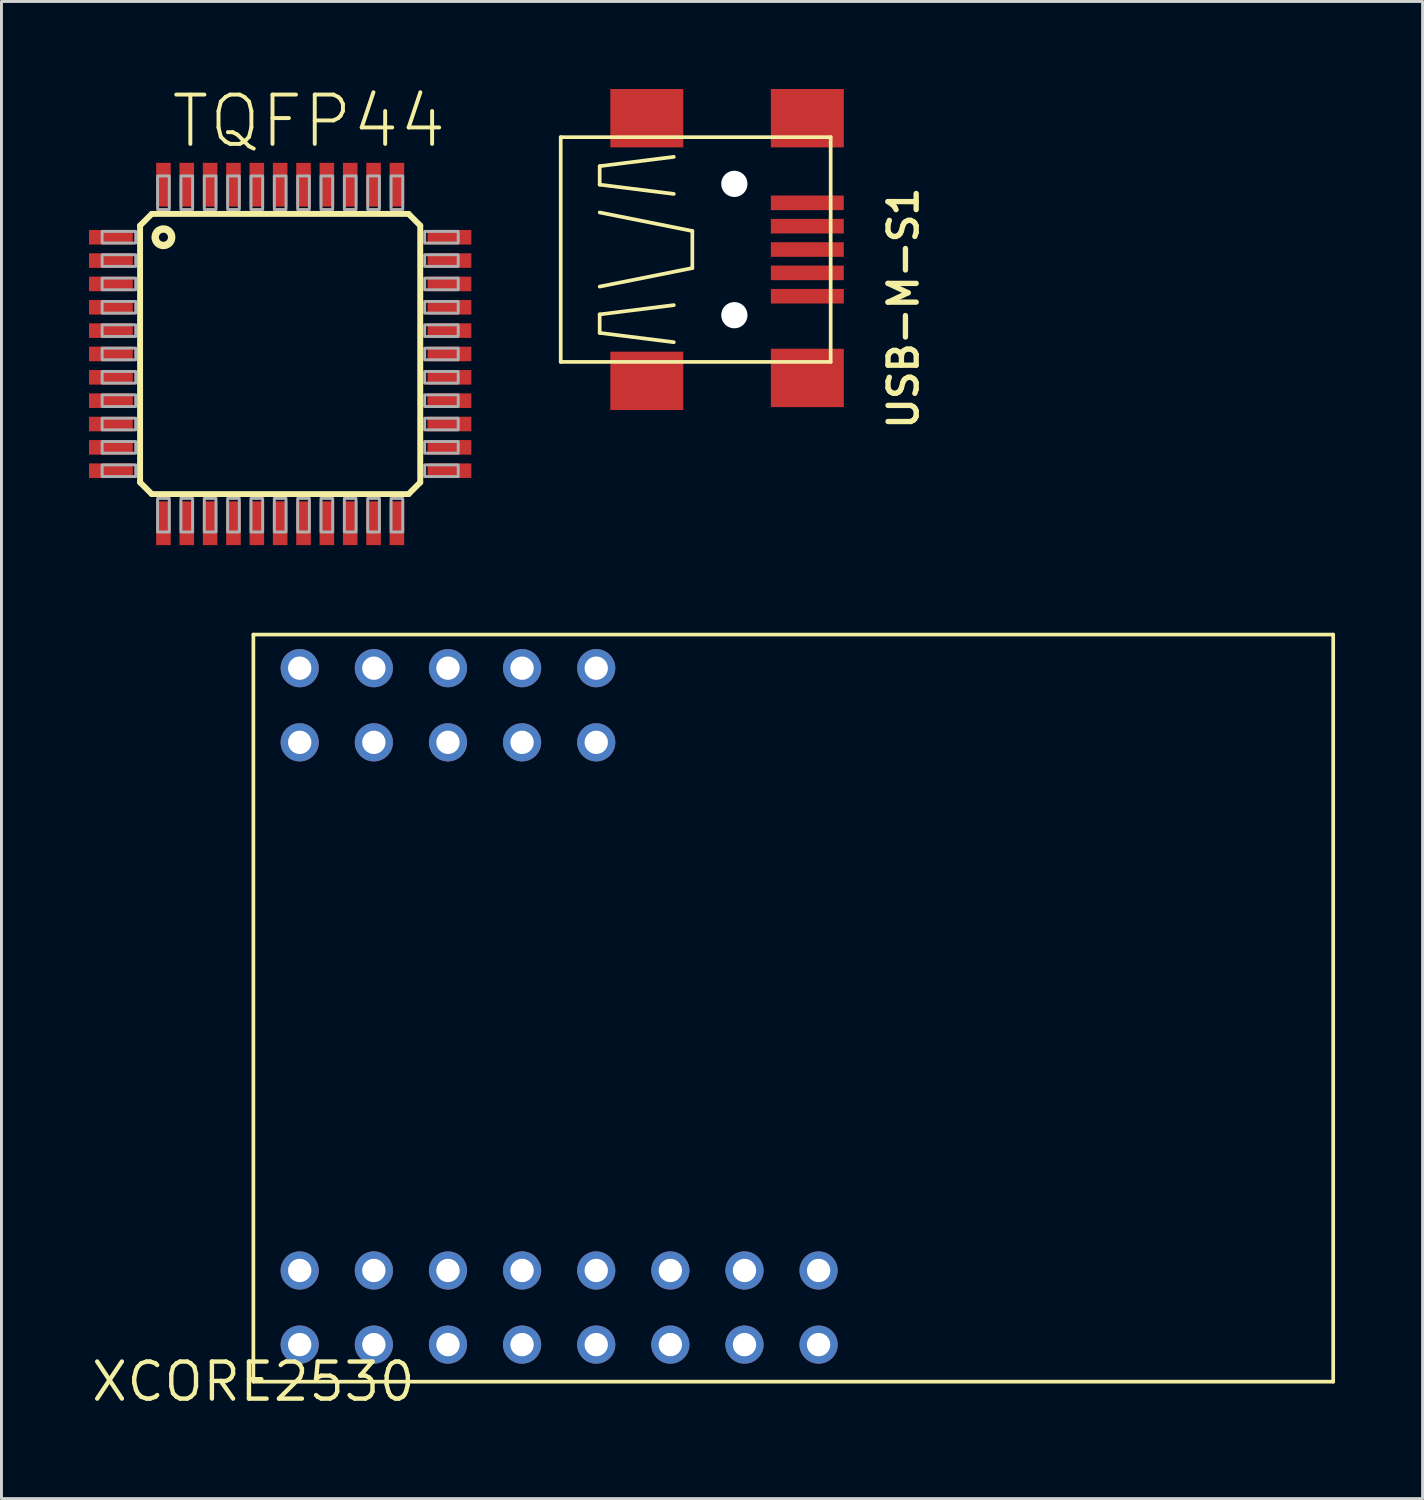
<source format=kicad_pcb>
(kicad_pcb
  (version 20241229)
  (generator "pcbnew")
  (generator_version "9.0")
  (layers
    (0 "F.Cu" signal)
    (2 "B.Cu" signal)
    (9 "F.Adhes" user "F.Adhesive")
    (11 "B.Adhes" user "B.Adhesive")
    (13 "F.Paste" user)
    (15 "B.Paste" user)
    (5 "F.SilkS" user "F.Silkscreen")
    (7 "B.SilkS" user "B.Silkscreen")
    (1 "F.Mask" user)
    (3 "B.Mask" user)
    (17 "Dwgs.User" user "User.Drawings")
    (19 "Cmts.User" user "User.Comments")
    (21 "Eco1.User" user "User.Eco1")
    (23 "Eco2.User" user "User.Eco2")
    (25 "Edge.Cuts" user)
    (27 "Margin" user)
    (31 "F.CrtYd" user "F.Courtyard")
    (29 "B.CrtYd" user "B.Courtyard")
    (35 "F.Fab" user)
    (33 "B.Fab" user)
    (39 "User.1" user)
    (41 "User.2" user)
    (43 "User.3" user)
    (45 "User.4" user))
  (footprint "TQFP44"
    (layer "F.Cu")
    (at 6.55 9.079)
    (property "Reference" "TQFP44" (at -3.81 -6.985 0) (layer "F.SilkS") (effects (font (size 1.689 1.689) (thickness 0.135)) (justify left bottom)))
    (attr through_hole)
    (fp_line (start -4.8 -4.4) (end -4.4 -4.8) (stroke (width 0.203) (type solid)) (layer "F.SilkS"))
    (fp_line (start -4.8 4.4) (end -4.8 -4.4) (stroke (width 0.203) (type solid)) (layer "F.SilkS"))
    (fp_line (start -4.4 -4.8) (end 4.4 -4.8) (stroke (width 0.203) (type solid)) (layer "F.SilkS"))
    (fp_line (start -4.4 4.8) (end -4.8 4.4) (stroke (width 0.203) (type solid)) (layer "F.SilkS"))
    (fp_line (start 4.4 -4.8) (end 4.8 -4.4) (stroke (width 0.203) (type solid)) (layer "F.SilkS"))
    (fp_line (start 4.4 4.8) (end -4.4 4.8) (stroke (width 0.203) (type solid)) (layer "F.SilkS"))
    (fp_line (start 4.8 -4.4) (end 4.8 4.4) (stroke (width 0.203) (type solid)) (layer "F.SilkS"))
    (fp_line (start 4.8 4.4) (end 4.4 4.8) (stroke (width 0.203) (type solid)) (layer "F.SilkS"))
    (fp_circle (center -4 -4) (end -3.717 -4) (stroke (width 0.254) (type solid)) (fill no) (layer "F.SilkS"))
    (fp_poly (pts (xy -6.1 -3.8) (xy -4.95 -3.8) (xy -4.95 -4.2) (xy -6.1 -4.2)) (stroke (width 0.1) (type solid)) (fill no) (layer "F.Fab"))
    (fp_poly (pts (xy -6.1 -3) (xy -4.95 -3) (xy -4.95 -3.4) (xy -6.1 -3.4)) (stroke (width 0.1) (type solid)) (fill no) (layer "F.Fab"))
    (fp_poly (pts (xy -6.1 -2.2) (xy -4.95 -2.2) (xy -4.95 -2.6) (xy -6.1 -2.6)) (stroke (width 0.1) (type solid)) (fill no) (layer "F.Fab"))
    (fp_poly (pts (xy -6.1 -1.4) (xy -4.95 -1.4) (xy -4.95 -1.8) (xy -6.1 -1.8)) (stroke (width 0.1) (type solid)) (fill no) (layer "F.Fab"))
    (fp_poly (pts (xy -6.1 -0.6) (xy -4.95 -0.6) (xy -4.95 -1) (xy -6.1 -1)) (stroke (width 0.1) (type solid)) (fill no) (layer "F.Fab"))
    (fp_poly (pts (xy -6.1 0.2) (xy -4.95 0.2) (xy -4.95 -0.2) (xy -6.1 -0.2)) (stroke (width 0.1) (type solid)) (fill no) (layer "F.Fab"))
    (fp_poly (pts (xy -6.1 1) (xy -4.95 1) (xy -4.95 0.6) (xy -6.1 0.6)) (stroke (width 0.1) (type solid)) (fill no) (layer "F.Fab"))
    (fp_poly (pts (xy -6.1 1.8) (xy -4.95 1.8) (xy -4.95 1.4) (xy -6.1 1.4)) (stroke (width 0.1) (type solid)) (fill no) (layer "F.Fab"))
    (fp_poly (pts (xy -6.1 2.6) (xy -4.95 2.6) (xy -4.95 2.2) (xy -6.1 2.2)) (stroke (width 0.1) (type solid)) (fill no) (layer "F.Fab"))
    (fp_poly (pts (xy -6.1 3.4) (xy -4.95 3.4) (xy -4.95 3) (xy -6.1 3)) (stroke (width 0.1) (type solid)) (fill no) (layer "F.Fab"))
    (fp_poly (pts (xy -6.1 4.2) (xy -4.95 4.2) (xy -4.95 3.8) (xy -6.1 3.8)) (stroke (width 0.1) (type solid)) (fill no) (layer "F.Fab"))
    (fp_poly (pts (xy -4.2 -4.95) (xy -3.8 -4.95) (xy -3.8 -6.1) (xy -4.2 -6.1)) (stroke (width 0.1) (type solid)) (fill no) (layer "F.Fab"))
    (fp_poly (pts (xy -4.2 6.1) (xy -3.8 6.1) (xy -3.8 4.95) (xy -4.2 4.95)) (stroke (width 0.1) (type solid)) (fill no) (layer "F.Fab"))
    (fp_poly (pts (xy -3.4 -4.95) (xy -3 -4.95) (xy -3 -6.1) (xy -3.4 -6.1)) (stroke (width 0.1) (type solid)) (fill no) (layer "F.Fab"))
    (fp_poly (pts (xy -3.4 6.1) (xy -3 6.1) (xy -3 4.95) (xy -3.4 4.95)) (stroke (width 0.1) (type solid)) (fill no) (layer "F.Fab"))
    (fp_poly (pts (xy -2.6 -4.95) (xy -2.2 -4.95) (xy -2.2 -6.1) (xy -2.6 -6.1)) (stroke (width 0.1) (type solid)) (fill no) (layer "F.Fab"))
    (fp_poly (pts (xy -2.6 6.1) (xy -2.2 6.1) (xy -2.2 4.95) (xy -2.6 4.95)) (stroke (width 0.1) (type solid)) (fill no) (layer "F.Fab"))
    (fp_poly (pts (xy -1.8 -4.95) (xy -1.4 -4.95) (xy -1.4 -6.1) (xy -1.8 -6.1)) (stroke (width 0.1) (type solid)) (fill no) (layer "F.Fab"))
    (fp_poly (pts (xy -1.8 6.1) (xy -1.4 6.1) (xy -1.4 4.95) (xy -1.8 4.95)) (stroke (width 0.1) (type solid)) (fill no) (layer "F.Fab"))
    (fp_poly (pts (xy -1 -4.95) (xy -0.6 -4.95) (xy -0.6 -6.1) (xy -1 -6.1)) (stroke (width 0.1) (type solid)) (fill no) (layer "F.Fab"))
    (fp_poly (pts (xy -1 6.1) (xy -0.6 6.1) (xy -0.6 4.95) (xy -1 4.95)) (stroke (width 0.1) (type solid)) (fill no) (layer "F.Fab"))
    (fp_poly (pts (xy -0.2 -4.95) (xy 0.2 -4.95) (xy 0.2 -6.1) (xy -0.2 -6.1)) (stroke (width 0.1) (type solid)) (fill no) (layer "F.Fab"))
    (fp_poly (pts (xy -0.2 6.1) (xy 0.2 6.1) (xy 0.2 4.95) (xy -0.2 4.95)) (stroke (width 0.1) (type solid)) (fill no) (layer "F.Fab"))
    (fp_poly (pts (xy 0.6 -4.95) (xy 1 -4.95) (xy 1 -6.1) (xy 0.6 -6.1)) (stroke (width 0.1) (type solid)) (fill no) (layer "F.Fab"))
    (fp_poly (pts (xy 0.6 6.1) (xy 1 6.1) (xy 1 4.95) (xy 0.6 4.95)) (stroke (width 0.1) (type solid)) (fill no) (layer "F.Fab"))
    (fp_poly (pts (xy 1.4 -4.95) (xy 1.8 -4.95) (xy 1.8 -6.1) (xy 1.4 -6.1)) (stroke (width 0.1) (type solid)) (fill no) (layer "F.Fab"))
    (fp_poly (pts (xy 1.4 6.1) (xy 1.8 6.1) (xy 1.8 4.95) (xy 1.4 4.95)) (stroke (width 0.1) (type solid)) (fill no) (layer "F.Fab"))
    (fp_poly (pts (xy 2.2 -4.95) (xy 2.6 -4.95) (xy 2.6 -6.1) (xy 2.2 -6.1)) (stroke (width 0.1) (type solid)) (fill no) (layer "F.Fab"))
    (fp_poly (pts (xy 2.2 6.1) (xy 2.6 6.1) (xy 2.6 4.95) (xy 2.2 4.95)) (stroke (width 0.1) (type solid)) (fill no) (layer "F.Fab"))
    (fp_poly (pts (xy 3 -4.95) (xy 3.4 -4.95) (xy 3.4 -6.1) (xy 3 -6.1)) (stroke (width 0.1) (type solid)) (fill no) (layer "F.Fab"))
    (fp_poly (pts (xy 3 6.1) (xy 3.4 6.1) (xy 3.4 4.95) (xy 3 4.95)) (stroke (width 0.1) (type solid)) (fill no) (layer "F.Fab"))
    (fp_poly (pts (xy 3.8 -4.95) (xy 4.2 -4.95) (xy 4.2 -6.1) (xy 3.8 -6.1)) (stroke (width 0.1) (type solid)) (fill no) (layer "F.Fab"))
    (fp_poly (pts (xy 3.8 6.1) (xy 4.2 6.1) (xy 4.2 4.95) (xy 3.8 4.95)) (stroke (width 0.1) (type solid)) (fill no) (layer "F.Fab"))
    (fp_poly (pts (xy 4.95 -3.8) (xy 6.1 -3.8) (xy 6.1 -4.2) (xy 4.95 -4.2)) (stroke (width 0.1) (type solid)) (fill no) (layer "F.Fab"))
    (fp_poly (pts (xy 4.95 -3) (xy 6.1 -3) (xy 6.1 -3.4) (xy 4.95 -3.4)) (stroke (width 0.1) (type solid)) (fill no) (layer "F.Fab"))
    (fp_poly (pts (xy 4.95 -2.2) (xy 6.1 -2.2) (xy 6.1 -2.6) (xy 4.95 -2.6)) (stroke (width 0.1) (type solid)) (fill no) (layer "F.Fab"))
    (fp_poly (pts (xy 4.95 -1.4) (xy 6.1 -1.4) (xy 6.1 -1.8) (xy 4.95 -1.8)) (stroke (width 0.1) (type solid)) (fill no) (layer "F.Fab"))
    (fp_poly (pts (xy 4.95 -0.6) (xy 6.1 -0.6) (xy 6.1 -1) (xy 4.95 -1)) (stroke (width 0.1) (type solid)) (fill no) (layer "F.Fab"))
    (fp_poly (pts (xy 4.95 0.2) (xy 6.1 0.2) (xy 6.1 -0.2) (xy 4.95 -0.2)) (stroke (width 0.1) (type solid)) (fill no) (layer "F.Fab"))
    (fp_poly (pts (xy 4.95 1) (xy 6.1 1) (xy 6.1 0.6) (xy 4.95 0.6)) (stroke (width 0.1) (type solid)) (fill no) (layer "F.Fab"))
    (fp_poly (pts (xy 4.95 1.8) (xy 6.1 1.8) (xy 6.1 1.4) (xy 4.95 1.4)) (stroke (width 0.1) (type solid)) (fill no) (layer "F.Fab"))
    (fp_poly (pts (xy 4.95 2.6) (xy 6.1 2.6) (xy 6.1 2.2) (xy 4.95 2.2)) (stroke (width 0.1) (type solid)) (fill no) (layer "F.Fab"))
    (fp_poly (pts (xy 4.95 3.4) (xy 6.1 3.4) (xy 6.1 3) (xy 4.95 3)) (stroke (width 0.1) (type solid)) (fill no) (layer "F.Fab"))
    (fp_poly (pts (xy 4.95 4.2) (xy 6.1 4.2) (xy 6.1 3.8) (xy 4.95 3.8)) (stroke (width 0.1) (type solid)) (fill no) (layer "F.Fab"))
    (pad "1" smd rect (at -5.8 -4) (size 1.5 0.5) (layers "F.Cu" "F.Mask" "F.Paste"))
    (pad "2" smd rect (at -5.8 -3.2) (size 1.5 0.5) (layers "F.Cu" "F.Mask" "F.Paste"))
    (pad "3" smd rect (at -5.8 -2.4) (size 1.5 0.5) (layers "F.Cu" "F.Mask" "F.Paste"))
    (pad "4" smd rect (at -5.8 -1.6) (size 1.5 0.5) (layers "F.Cu" "F.Mask" "F.Paste"))
    (pad "5" smd rect (at -5.8 -0.8) (size 1.5 0.5) (layers "F.Cu" "F.Mask" "F.Paste"))
    (pad "6" smd rect (at -5.8 0) (size 1.5 0.5) (layers "F.Cu" "F.Mask" "F.Paste"))
    (pad "7" smd rect (at -5.8 0.8) (size 1.5 0.5) (layers "F.Cu" "F.Mask" "F.Paste"))
    (pad "8" smd rect (at -5.8 1.6) (size 1.5 0.5) (layers "F.Cu" "F.Mask" "F.Paste"))
    (pad "9" smd rect (at -5.8 2.4) (size 1.5 0.5) (layers "F.Cu" "F.Mask" "F.Paste"))
    (pad "10" smd rect (at -5.8 3.2) (size 1.5 0.5) (layers "F.Cu" "F.Mask" "F.Paste"))
    (pad "11" smd rect (at -5.8 4) (size 1.5 0.5) (layers "F.Cu" "F.Mask" "F.Paste"))
    (pad "12" smd rect (at -4 5.8) (size 0.5 1.5) (layers "F.Cu" "F.Mask" "F.Paste"))
    (pad "13" smd rect (at -3.2 5.8) (size 0.5 1.5) (layers "F.Cu" "F.Mask" "F.Paste"))
    (pad "14" smd rect (at -2.4 5.8) (size 0.5 1.5) (layers "F.Cu" "F.Mask" "F.Paste"))
    (pad "15" smd rect (at -1.6 5.8) (size 0.5 1.5) (layers "F.Cu" "F.Mask" "F.Paste"))
    (pad "16" smd rect (at -0.8 5.8) (size 0.5 1.5) (layers "F.Cu" "F.Mask" "F.Paste"))
    (pad "17" smd rect (at 0 5.8) (size 0.5 1.5) (layers "F.Cu" "F.Mask" "F.Paste"))
    (pad "18" smd rect (at 0.8 5.8) (size 0.5 1.5) (layers "F.Cu" "F.Mask" "F.Paste"))
    (pad "19" smd rect (at 1.6 5.8) (size 0.5 1.5) (layers "F.Cu" "F.Mask" "F.Paste"))
    (pad "20" smd rect (at 2.4 5.8) (size 0.5 1.5) (layers "F.Cu" "F.Mask" "F.Paste"))
    (pad "21" smd rect (at 3.2 5.8) (size 0.5 1.5) (layers "F.Cu" "F.Mask" "F.Paste"))
    (pad "22" smd rect (at 4 5.8) (size 0.5 1.5) (layers "F.Cu" "F.Mask" "F.Paste"))
    (pad "23" smd rect (at 5.8 4) (size 1.5 0.5) (layers "F.Cu" "F.Mask" "F.Paste"))
    (pad "24" smd rect (at 5.8 3.2) (size 1.5 0.5) (layers "F.Cu" "F.Mask" "F.Paste"))
    (pad "25" smd rect (at 5.8 2.4) (size 1.5 0.5) (layers "F.Cu" "F.Mask" "F.Paste"))
    (pad "26" smd rect (at 5.8 1.6) (size 1.5 0.5) (layers "F.Cu" "F.Mask" "F.Paste"))
    (pad "27" smd rect (at 5.8 0.8) (size 1.5 0.5) (layers "F.Cu" "F.Mask" "F.Paste"))
    (pad "28" smd rect (at 5.8 0) (size 1.5 0.5) (layers "F.Cu" "F.Mask" "F.Paste"))
    (pad "29" smd rect (at 5.8 -0.8) (size 1.5 0.5) (layers "F.Cu" "F.Mask" "F.Paste"))
    (pad "30" smd rect (at 5.8 -1.6) (size 1.5 0.5) (layers "F.Cu" "F.Mask" "F.Paste"))
    (pad "31" smd rect (at 5.8 -2.4) (size 1.5 0.5) (layers "F.Cu" "F.Mask" "F.Paste"))
    (pad "32" smd rect (at 5.8 -3.2) (size 1.5 0.5) (layers "F.Cu" "F.Mask" "F.Paste"))
    (pad "33" smd rect (at 5.8 -4) (size 1.5 0.5) (layers "F.Cu" "F.Mask" "F.Paste"))
    (pad "34" smd rect (at 4 -5.8) (size 0.5 1.5) (layers "F.Cu" "F.Mask" "F.Paste"))
    (pad "35" smd rect (at 3.2 -5.8) (size 0.5 1.5) (layers "F.Cu" "F.Mask" "F.Paste"))
    (pad "36" smd rect (at 2.4 -5.8) (size 0.5 1.5) (layers "F.Cu" "F.Mask" "F.Paste"))
    (pad "37" smd rect (at 1.6 -5.8) (size 0.5 1.5) (layers "F.Cu" "F.Mask" "F.Paste"))
    (pad "38" smd rect (at 0.8 -5.8) (size 0.5 1.5) (layers "F.Cu" "F.Mask" "F.Paste"))
    (pad "39" smd rect (at 0 -5.8) (size 0.5 1.5) (layers "F.Cu" "F.Mask" "F.Paste"))
    (pad "40" smd rect (at -0.8 -5.8) (size 0.5 1.5) (layers "F.Cu" "F.Mask" "F.Paste"))
    (pad "41" smd rect (at -1.6 -5.8) (size 0.5 1.5) (layers "F.Cu" "F.Mask" "F.Paste"))
    (pad "42" smd rect (at -2.4 -5.8) (size 0.5 1.5) (layers "F.Cu" "F.Mask" "F.Paste"))
    (pad "43" smd rect (at -3.2 -5.8) (size 0.5 1.5) (layers "F.Cu" "F.Mask" "F.Paste"))
    (pad "44" smd rect (at -4 -5.8) (size 0.5 1.5) (layers "F.Cu" "F.Mask" "F.Paste")))
  (footprint "USB-M-S1"
    (layer "F.Cu")
    (at 21.863 5.5)
    (property "Reference" "USB-M-S1" (at 5.478 -2.223 90) (layer "F.SilkS") (effects (font (size 0.965 0.965) (thickness 0.183)) (justify right top)))
    (attr through_hole)
    (fp_line (start -5.7 -3.85) (end -5.7 3.85) (stroke (width 0.127) (type solid)) (layer "F.SilkS"))
    (fp_line (start -5.7 -3.85) (end 3.55 -3.85) (stroke (width 0.127) (type solid)) (layer "F.SilkS"))
    (fp_line (start -4.365 -2.857) (end -4.365 -2.223) (stroke (width 0.127) (type solid)) (layer "F.SilkS"))
    (fp_line (start -4.365 -2.223) (end -1.825 -1.905) (stroke (width 0.127) (type solid)) (layer "F.SilkS"))
    (fp_line (start -4.365 -1.27) (end -1.19 -0.635) (stroke (width 0.127) (type solid)) (layer "F.SilkS"))
    (fp_line (start -4.365 2.223) (end -1.825 1.905) (stroke (width 0.127) (type solid)) (layer "F.SilkS"))
    (fp_line (start -4.365 2.857) (end -4.365 2.223) (stroke (width 0.127) (type solid)) (layer "F.SilkS"))
    (fp_line (start -1.825 -3.175) (end -4.365 -2.857) (stroke (width 0.127) (type solid)) (layer "F.SilkS"))
    (fp_line (start -1.825 3.175) (end -4.365 2.857) (stroke (width 0.127) (type solid)) (layer "F.SilkS"))
    (fp_line (start -1.19 -0.635) (end -1.19 0.635) (stroke (width 0.127) (type solid)) (layer "F.SilkS"))
    (fp_line (start -1.19 0.635) (end -4.365 1.27) (stroke (width 0.127) (type solid)) (layer "F.SilkS"))
    (fp_line (start 3.55 -3.85) (end 3.55 3.85) (stroke (width 0.127) (type solid)) (layer "F.SilkS"))
    (fp_line (start 3.55 3.85) (end -5.7 3.85) (stroke (width 0.127) (type solid)) (layer "F.SilkS"))
    (pad "" np_thru_hole circle (at 0.25 -2.25) (size 0.9 0.9) (drill 0.9) (layers "*.Cu" "*.Mask"))
    (pad "" np_thru_hole circle (at 0.25 2.25) (size 0.9 0.9) (drill 0.9) (layers "*.Cu" "*.Mask"))
    (pad "D+" smd rect (at 2.75 0) (size 2.5 0.5) (layers "F.Cu" "F.Mask" "F.Paste"))
    (pad "D-" smd rect (at 2.75 -0.8) (size 2.5 0.5) (layers "F.Cu" "F.Mask" "F.Paste"))
    (pad "GND" smd rect (at 2.75 1.6) (size 2.5 0.5) (layers "F.Cu" "F.Mask" "F.Paste"))
    (pad "GND@1" smd rect (at -2.75 4.5) (size 2.5 2) (layers "F.Cu" "F.Mask" "F.Paste"))
    (pad "GND@2" smd rect (at -2.75 -4.5) (size 2.5 2) (layers "F.Cu" "F.Mask" "F.Paste"))
    (pad "GND@3" smd rect (at 2.75 4.4) (size 2.5 2) (layers "F.Cu" "F.Mask" "F.Paste"))
    (pad "GND@4" smd rect (at 2.75 -4.5) (size 2.5 2) (layers "F.Cu" "F.Mask" "F.Paste"))
    (pad "ID" smd rect (at 2.75 0.8) (size 2.5 0.5) (layers "F.Cu" "F.Mask" "F.Paste"))
    (pad "VBUS" smd rect (at 2.75 -1.6) (size 2.5 0.5) (layers "F.Cu" "F.Mask" "F.Paste")))
  (footprint "XCORE2530"
    (layer "F.Cu")
    (at 5.632 44.293)
    (property "Reference" "XCORE2530" (at 0 0 0) (layer "F.SilkS") (effects (font (size 1.27 1.27) (thickness 0.15))))
    (attr through_hole)
    (fp_line (start 0 -25.6) (end 0 0) (stroke (width 0.127) (type solid)) (layer "F.SilkS"))
    (fp_line (start 0 0) (end 37 0) (stroke (width 0.127) (type solid)) (layer "F.SilkS"))
    (fp_line (start 37 -25.6) (end 0 -25.6) (stroke (width 0.127) (type solid)) (layer "F.SilkS"))
    (fp_line (start 37 0) (end 37 -25.6) (stroke (width 0.127) (type solid)) (layer "F.SilkS"))
    (pad "P$1" thru_hole circle (at 1.587 -1.27) (size 1.308 1.308) (drill 0.8) (layers "*.Cu" "*.Mask"))
    (pad "P$1B" thru_hole circle (at 1.587 -21.907) (size 1.308 1.308) (drill 0.8) (layers "*.Cu" "*.Mask"))
    (pad "P$2" thru_hole circle (at 1.587 -3.81) (size 1.308 1.308) (drill 0.8) (layers "*.Cu" "*.Mask"))
    (pad "P$2B" thru_hole circle (at 1.587 -24.448) (size 1.308 1.308) (drill 0.8) (layers "*.Cu" "*.Mask"))
    (pad "P$3" thru_hole circle (at 4.128 -1.27) (size 1.308 1.308) (drill 0.8) (layers "*.Cu" "*.Mask"))
    (pad "P$3B" thru_hole circle (at 4.128 -21.907) (size 1.308 1.308) (drill 0.8) (layers "*.Cu" "*.Mask"))
    (pad "P$4" thru_hole circle (at 4.128 -3.81) (size 1.308 1.308) (drill 0.8) (layers "*.Cu" "*.Mask"))
    (pad "P$4B" thru_hole circle (at 4.128 -24.448) (size 1.308 1.308) (drill 0.8) (layers "*.Cu" "*.Mask"))
    (pad "P$5" thru_hole circle (at 6.668 -1.27) (size 1.308 1.308) (drill 0.8) (layers "*.Cu" "*.Mask"))
    (pad "P$5B" thru_hole circle (at 6.668 -21.907) (size 1.308 1.308) (drill 0.8) (layers "*.Cu" "*.Mask"))
    (pad "P$6" thru_hole circle (at 6.668 -3.81) (size 1.308 1.308) (drill 0.8) (layers "*.Cu" "*.Mask"))
    (pad "P$6B" thru_hole circle (at 6.668 -24.448) (size 1.308 1.308) (drill 0.8) (layers "*.Cu" "*.Mask"))
    (pad "P$7" thru_hole circle (at 9.207 -1.27) (size 1.308 1.308) (drill 0.8) (layers "*.Cu" "*.Mask"))
    (pad "P$7B" thru_hole circle (at 9.207 -21.907) (size 1.308 1.308) (drill 0.8) (layers "*.Cu" "*.Mask"))
    (pad "P$8" thru_hole circle (at 9.207 -3.81) (size 1.308 1.308) (drill 0.8) (layers "*.Cu" "*.Mask"))
    (pad "P$8B" thru_hole circle (at 9.207 -24.448) (size 1.308 1.308) (drill 0.8) (layers "*.Cu" "*.Mask"))
    (pad "P$9" thru_hole circle (at 11.748 -1.27) (size 1.308 1.308) (drill 0.8) (layers "*.Cu" "*.Mask"))
    (pad "P$9B" thru_hole circle (at 11.748 -21.907) (size 1.308 1.308) (drill 0.8) (layers "*.Cu" "*.Mask"))
    (pad "P$10" thru_hole circle (at 11.748 -3.81) (size 1.308 1.308) (drill 0.8) (layers "*.Cu" "*.Mask"))
    (pad "P$10B" thru_hole circle (at 11.748 -24.448) (size 1.308 1.308) (drill 0.8) (layers "*.Cu" "*.Mask"))
    (pad "P$11" thru_hole circle (at 14.287 -1.27) (size 1.308 1.308) (drill 0.8) (layers "*.Cu" "*.Mask"))
    (pad "P$12" thru_hole circle (at 14.287 -3.81) (size 1.308 1.308) (drill 0.8) (layers "*.Cu" "*.Mask"))
    (pad "P$13" thru_hole circle (at 16.828 -1.27) (size 1.308 1.308) (drill 0.8) (layers "*.Cu" "*.Mask"))
    (pad "P$14" thru_hole circle (at 16.828 -3.81) (size 1.308 1.308) (drill 0.8) (layers "*.Cu" "*.Mask"))
    (pad "P$15" thru_hole circle (at 19.367 -1.27) (size 1.308 1.308) (drill 0.8) (layers "*.Cu" "*.Mask"))
    (pad "P$16" thru_hole circle (at 19.367 -3.81) (size 1.308 1.308) (drill 0.8) (layers "*.Cu" "*.Mask")))
  (gr_rect
    (start -3 -3)
    (end 45.695 48.299)
    (stroke (width 0.1) (type default))
    (fill no)
    (layer "Edge.Cuts")))
</source>
